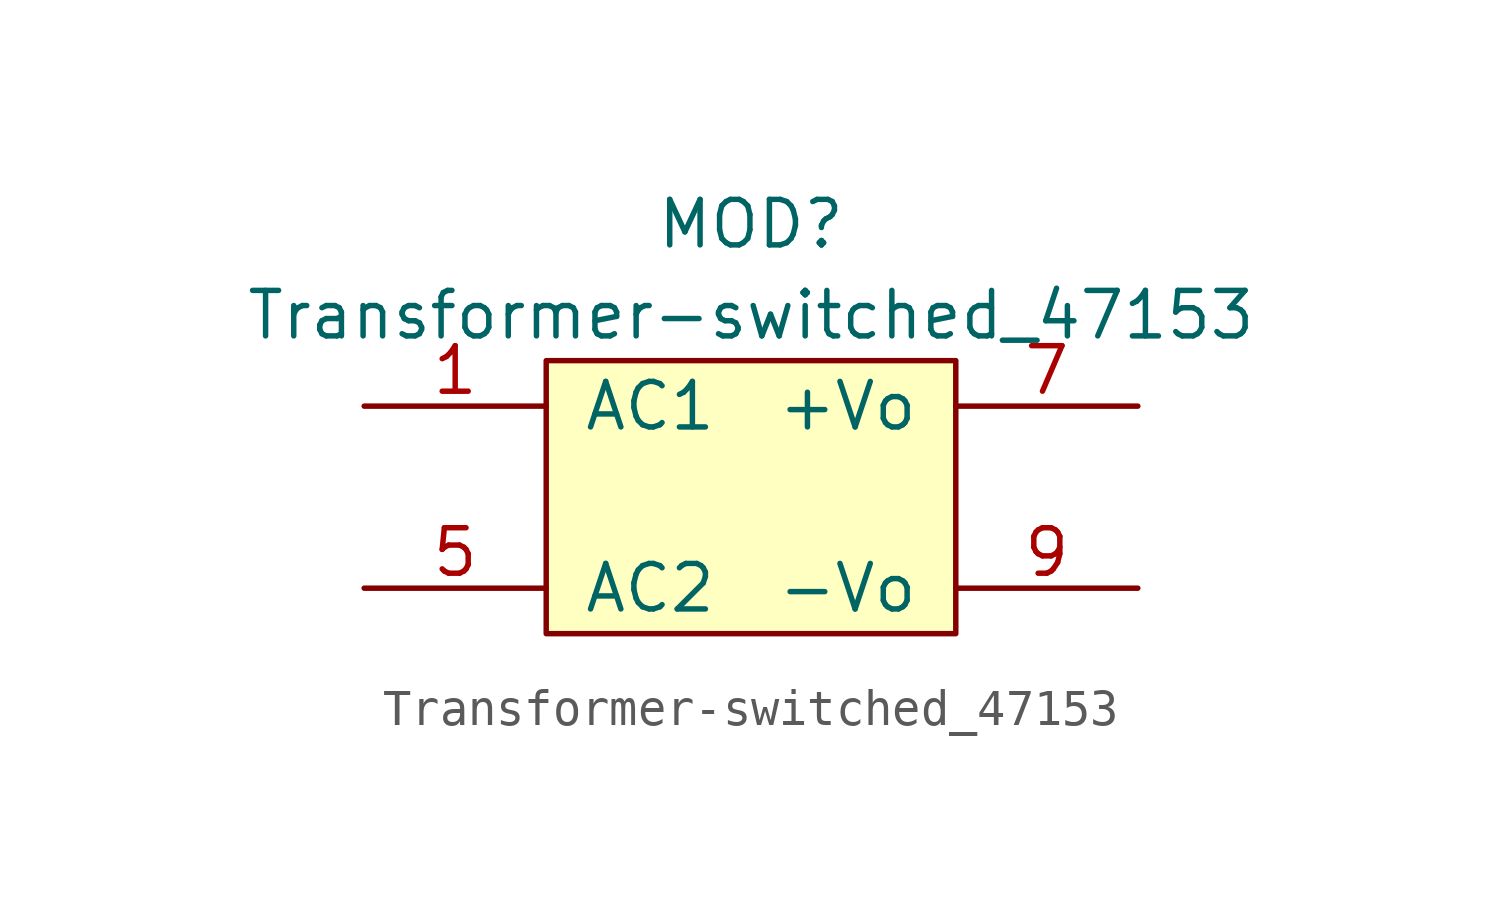
<source format=kicad_sym>
(kicad_symbol_lib
  (version 20211014)
  (generator kicad_symbol_editor)
  (symbol "Transformer-switched_47153"
    (pin_names
      (offset 1.016))
    (property "Reference" "MOD"
      (at 0 7.62 0)
      (effects (font (size 1.27 1.27))))
    (property "Value" "Transformer-switched_47153"
      (at 0 5.08 0)
      (effects (font (size 1.27 1.27))))
    (symbol "Transformer-switched_47153_0_1"
      (rectangle (start -5.715 3.81) (end 5.715 -3.81) (stroke (width 0) (type default) (color 0 0 0 0)) (fill (type background))))
    (symbol "Transformer-switched_47153_1_1"
      (pin input line (at -10.795 2.54 0) (length 5.08) (name "AC1" (effects (font (size 1.27 1.27)))) (number "1" (effects (font (size 1.27 1.27)))))
      (pin input line (at -10.795 -2.54 0) (length 5.08) (name "AC2" (effects (font (size 1.27 1.27)))) (number "5" (effects (font (size 1.27 1.27)))))
      (pin passive line (at 10.795 2.54 180) (length 5.08) (name "+Vo" (effects (font (size 1.27 1.27)))) (number "7" (effects (font (size 1.27 1.27)))))
      (pin power_out line (at 10.795 -2.54 180) (length 5.08) (name "-Vo" (effects (font (size 1.27 1.27)))) (number "9" (effects (font (size 1.27 1.27))))))))
</source>
